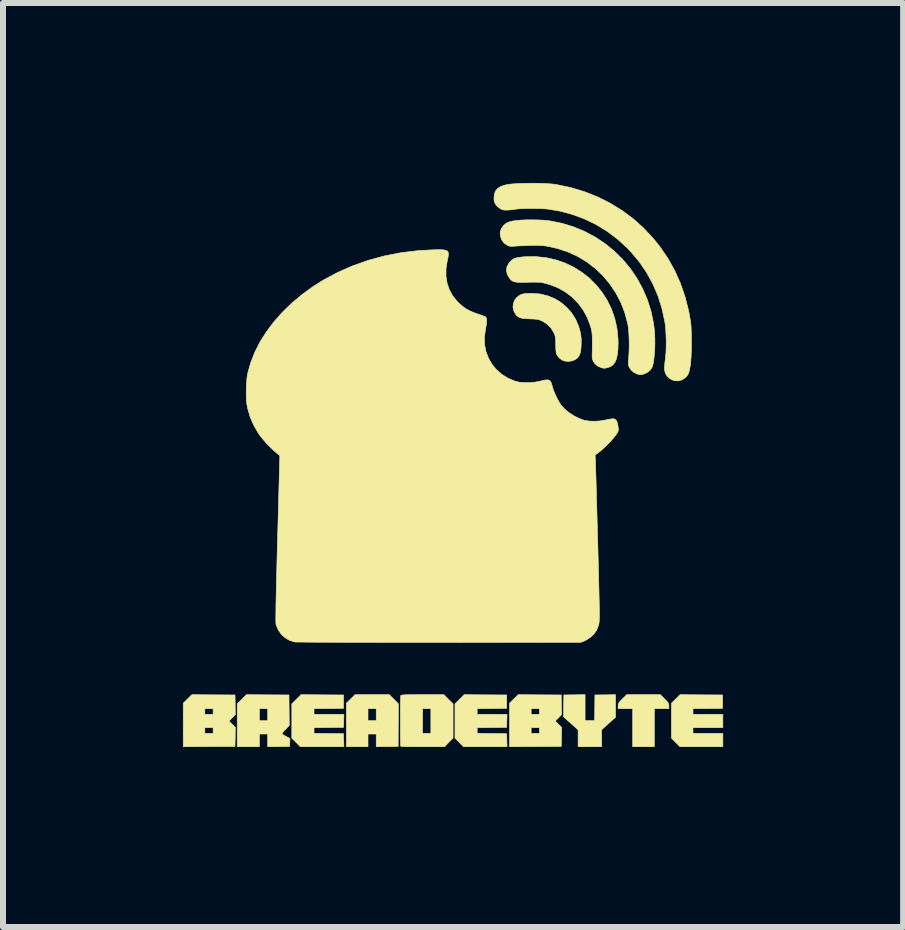
<source format=kicad_pcb>
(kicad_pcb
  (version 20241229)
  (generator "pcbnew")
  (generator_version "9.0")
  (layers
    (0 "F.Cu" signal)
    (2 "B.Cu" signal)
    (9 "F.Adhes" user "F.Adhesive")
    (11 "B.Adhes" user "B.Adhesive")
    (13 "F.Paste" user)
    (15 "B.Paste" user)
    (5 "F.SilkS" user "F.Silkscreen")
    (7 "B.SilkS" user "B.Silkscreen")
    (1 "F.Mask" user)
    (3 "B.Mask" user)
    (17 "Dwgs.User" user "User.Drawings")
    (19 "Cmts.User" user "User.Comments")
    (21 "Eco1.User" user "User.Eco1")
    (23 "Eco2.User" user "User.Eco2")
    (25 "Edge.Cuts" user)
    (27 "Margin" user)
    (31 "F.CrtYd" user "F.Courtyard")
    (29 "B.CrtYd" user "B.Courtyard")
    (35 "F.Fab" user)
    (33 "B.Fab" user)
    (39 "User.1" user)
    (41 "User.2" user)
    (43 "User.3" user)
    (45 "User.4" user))
  (footprint "logo"
    (layer "F.Cu")
    (at 4.503 4.7)
    (property "Reference" "logo" (at 0 0 0) (layer "F.SilkS") (effects (font (size 1.27 1.27) (thickness 0.15))))
    (attr through_hole)
    (fp_poly (pts (xy 2.709 4.019) (xy 2.709 4.207) (xy 2.593 4.311) (xy 2.477 4.416) (xy 2.477 4.699) (xy 2.085 4.699) (xy 2.085 4.418) (xy 1.963 4.308) (xy 1.841 4.199) (xy 1.844 4.018) (xy 1.847 3.836) (xy 2.201 3.831) (xy 2.201 4.265) (xy 2.36 4.265) (xy 2.363 4.051) (xy 2.365 3.836) (xy 2.537 3.834) (xy 2.709 3.831) (xy 2.709 4.019)) (stroke (width 0.01) (type solid)) (fill yes) (layer "F.SilkS"))
    (fp_poly (pts (xy 4.138 3.834) (xy 4.493 3.836) (xy 4.493 4.059) (xy 4.247 4.062) (xy 4 4.064) (xy 4 4.159) (xy 4.498 4.159) (xy 4.498 4.381) (xy 4 4.381) (xy 4 4.477) (xy 4.498 4.477) (xy 4.498 4.699) (xy 3.783 4.699) (xy 3.712 4.627) (xy 3.641 4.556) (xy 3.641 3.973) (xy 3.713 3.902) (xy 3.784 3.831) (xy 4.138 3.834)) (stroke (width 0.01) (type solid)) (fill yes) (layer "F.SilkS"))
    (fp_poly (pts (xy -2.18 3.834) (xy -1.826 3.836) (xy -1.826 4.059) (xy -2.072 4.062) (xy -2.318 4.064) (xy -2.318 4.159) (xy -1.82 4.159) (xy -1.826 4.376) (xy -2.072 4.379) (xy -2.318 4.382) (xy -2.318 4.476) (xy -2.072 4.479) (xy -1.826 4.482) (xy -1.823 4.591) (xy -1.82 4.699) (xy -2.546 4.699) (xy -2.617 4.627) (xy -2.688 4.556) (xy -2.688 3.984) (xy -2.534 3.831) (xy -2.18 3.834)) (stroke (width 0.01) (type solid)) (fill yes) (layer "F.SilkS"))
    (fp_poly (pts (xy 3.527 3.903) (xy 3.561 3.937) (xy 3.582 3.962) (xy 3.593 3.982) (xy 3.598 4.001) (xy 3.598 4.019) (xy 3.598 4.064) (xy 3.355 4.064) (xy 3.355 4.699) (xy 2.995 4.699) (xy 2.995 4.064) (xy 2.752 4.064) (xy 2.752 4.019) (xy 2.753 3.996) (xy 2.758 3.978) (xy 2.771 3.958) (xy 2.794 3.932) (xy 2.823 3.902) (xy 2.895 3.831) (xy 3.456 3.831) (xy 3.527 3.903)) (stroke (width 0.01) (type solid)) (fill yes) (layer "F.SilkS"))
    (fp_poly (pts (xy -0.986 3.908) (xy -0.91 3.985) (xy -0.913 4.34) (xy -0.915 4.694) (xy -1.098 4.697) (xy -1.281 4.699) (xy -1.281 4.487) (xy -1.418 4.487) (xy -1.418 4.699) (xy -1.778 4.699) (xy -1.778 4.064) (xy -1.418 4.064) (xy -1.418 4.265) (xy -1.281 4.265) (xy -1.281 4.064) (xy -1.418 4.064) (xy -1.778 4.064) (xy -1.778 3.973) (xy -1.706 3.902) (xy -1.635 3.831) (xy -1.063 3.831) (xy -0.986 3.908)) (stroke (width 0.01) (type solid)) (fill yes) (layer "F.SilkS"))
    (fp_poly (pts (xy 0.54 3.834) (xy 0.894 3.836) (xy 0.894 4.059) (xy 0.648 4.062) (xy 0.402 4.064) (xy 0.402 4.159) (xy 0.9 4.159) (xy 0.894 4.376) (xy 0.648 4.379) (xy 0.402 4.382) (xy 0.402 4.476) (xy 0.648 4.479) (xy 0.894 4.482) (xy 0.897 4.591) (xy 0.9 4.699) (xy 0.174 4.699) (xy 0.103 4.627) (xy 0.032 4.556) (xy 0.032 3.984) (xy 0.109 3.907) (xy 0.186 3.831) (xy 0.54 3.834)) (stroke (width 0.01) (type solid)) (fill yes) (layer "F.SilkS"))
    (fp_poly (pts (xy -3.995 3.834) (xy -3.635 3.836) (xy -3.632 4) (xy -3.63 4.163) (xy -3.683 4.217) (xy -3.736 4.271) (xy -3.683 4.324) (xy -3.63 4.376) (xy -3.632 4.535) (xy -3.635 4.694) (xy -4.067 4.696) (xy -4.498 4.699) (xy -4.498 4.381) (xy -4.138 4.381) (xy -4.138 4.477) (xy -4 4.477) (xy -4 4.381) (xy -4.138 4.381) (xy -4.498 4.381) (xy -4.498 4.064) (xy -4.138 4.064) (xy -4.138 4.159) (xy -4 4.159) (xy -4 4.064) (xy -4.138 4.064) (xy -4.498 4.064) (xy -4.498 3.973) (xy -4.426 3.902) (xy -4.354 3.831) (xy -3.995 3.834)) (stroke (width 0.01) (type solid)) (fill yes) (layer "F.SilkS"))
    (fp_poly (pts (xy 1.445 3.834) (xy 1.804 3.836) (xy 1.807 4) (xy 1.81 4.163) (xy 1.757 4.217) (xy 1.704 4.271) (xy 1.757 4.324) (xy 1.81 4.376) (xy 1.807 4.535) (xy 1.804 4.694) (xy 1.373 4.696) (xy 0.942 4.699) (xy 0.942 4.381) (xy 1.302 4.381) (xy 1.302 4.477) (xy 1.439 4.477) (xy 1.439 4.381) (xy 1.302 4.381) (xy 0.942 4.381) (xy 0.942 4.064) (xy 1.302 4.064) (xy 1.302 4.159) (xy 1.439 4.159) (xy 1.439 4.064) (xy 1.302 4.064) (xy 0.942 4.064) (xy 0.942 3.973) (xy 1.014 3.902) (xy 1.086 3.831) (xy 1.445 3.834)) (stroke (width 0.01) (type solid)) (fill yes) (layer "F.SilkS"))
    (fp_poly (pts (xy -3.09 3.834) (xy -2.736 3.836) (xy -2.73 4.343) (xy -2.776 4.392) (xy -2.813 4.43) (xy -2.836 4.457) (xy -2.847 4.475) (xy -2.844 4.489) (xy -2.83 4.501) (xy -2.803 4.516) (xy -2.789 4.524) (xy -2.719 4.563) (xy -2.722 4.628) (xy -2.725 4.694) (xy -2.908 4.697) (xy -3.09 4.699) (xy -3.09 4.487) (xy -3.228 4.487) (xy -3.228 4.699) (xy -3.598 4.699) (xy -3.598 4.064) (xy -3.228 4.064) (xy -3.228 4.265) (xy -3.09 4.265) (xy -3.09 4.064) (xy -3.228 4.064) (xy -3.598 4.064) (xy -3.598 3.984) (xy -3.521 3.907) (xy -3.444 3.831) (xy -3.09 3.834)) (stroke (width 0.01) (type solid)) (fill yes) (layer "F.SilkS"))
    (fp_poly (pts (xy 0 3.985) (xy 0 4.553) (xy -0.071 4.626) (xy -0.141 4.699) (xy -0.503 4.699) (xy -0.588 4.699) (xy -0.667 4.698) (xy -0.736 4.697) (xy -0.794 4.696) (xy -0.837 4.695) (xy -0.864 4.693) (xy -0.871 4.692) (xy -0.873 4.68) (xy -0.874 4.65) (xy -0.876 4.604) (xy -0.877 4.545) (xy -0.877 4.477) (xy -0.878 4.401) (xy -0.878 4.32) (xy -0.878 4.238) (xy -0.878 4.157) (xy -0.878 4.08) (xy -0.878 4.064) (xy -0.508 4.064) (xy -0.508 4.477) (xy -0.37 4.477) (xy -0.37 4.064) (xy -0.508 4.064) (xy -0.878 4.064) (xy -0.877 4.009) (xy -0.876 3.948) (xy -0.875 3.899) (xy -0.874 3.865) (xy -0.872 3.848) (xy -0.872 3.848) (xy -0.868 3.843) (xy -0.86 3.84) (xy -0.844 3.837) (xy -0.82 3.835) (xy -0.784 3.833) (xy -0.735 3.832) (xy -0.67 3.832) (xy -0.589 3.831) (xy -0.509 3.831) (xy -0.153 3.831) (xy 0 3.985)) (stroke (width 0.01) (type solid)) (fill yes) (layer "F.SilkS"))
    (fp_poly (pts (xy 1.45 -2.849) (xy 1.576 -2.819) (xy 1.693 -2.772) (xy 1.799 -2.707) (xy 1.894 -2.627) (xy 1.976 -2.533) (xy 2.044 -2.426) (xy 2.095 -2.306) (xy 2.117 -2.227) (xy 2.128 -2.178) (xy 2.134 -2.132) (xy 2.137 -2.084) (xy 2.136 -2.024) (xy 2.136 -2.006) (xy 2.132 -1.938) (xy 2.125 -1.886) (xy 2.114 -1.847) (xy 2.098 -1.814) (xy 2.076 -1.785) (xy 2.036 -1.754) (xy 1.983 -1.734) (xy 1.925 -1.725) (xy 1.867 -1.73) (xy 1.818 -1.747) (xy 1.777 -1.777) (xy 1.742 -1.817) (xy 1.721 -1.86) (xy 1.72 -1.865) (xy 1.717 -1.887) (xy 1.714 -1.925) (xy 1.712 -1.972) (xy 1.711 -2.019) (xy 1.71 -2.075) (xy 1.707 -2.115) (xy 1.702 -2.146) (xy 1.694 -2.172) (xy 1.682 -2.2) (xy 1.682 -2.201) (xy 1.633 -2.281) (xy 1.569 -2.346) (xy 1.495 -2.394) (xy 1.465 -2.408) (xy 1.439 -2.418) (xy 1.412 -2.425) (xy 1.379 -2.429) (xy 1.335 -2.432) (xy 1.281 -2.434) (xy 1.211 -2.438) (xy 1.159 -2.443) (xy 1.12 -2.452) (xy 1.09 -2.466) (xy 1.066 -2.485) (xy 1.043 -2.511) (xy 1.043 -2.512) (xy 1.011 -2.57) (xy 0.999 -2.631) (xy 1.006 -2.693) (xy 1.031 -2.752) (xy 1.062 -2.79) (xy 1.094 -2.817) (xy 1.128 -2.837) (xy 1.17 -2.85) (xy 1.223 -2.857) (xy 1.291 -2.859) (xy 1.318 -2.859) (xy 1.45 -2.849)) (stroke (width 0.01) (type solid)) (fill yes) (layer "F.SilkS"))
    (fp_poly (pts (xy 1.547 -3.455) (xy 1.71 -3.419) (xy 1.865 -3.366) (xy 2.011 -3.296) (xy 2.147 -3.211) (xy 2.273 -3.112) (xy 2.386 -2.999) (xy 2.487 -2.874) (xy 2.573 -2.738) (xy 2.643 -2.592) (xy 2.697 -2.437) (xy 2.733 -2.273) (xy 2.75 -2.103) (xy 2.752 -2.039) (xy 2.749 -1.931) (xy 2.74 -1.842) (xy 2.724 -1.77) (xy 2.701 -1.714) (xy 2.67 -1.671) (xy 2.63 -1.641) (xy 2.58 -1.622) (xy 2.572 -1.62) (xy 2.542 -1.614) (xy 2.523 -1.61) (xy 2.519 -1.61) (xy 2.506 -1.613) (xy 2.481 -1.618) (xy 2.472 -1.621) (xy 2.415 -1.644) (xy 2.367 -1.684) (xy 2.338 -1.727) (xy 2.325 -1.76) (xy 2.319 -1.795) (xy 2.319 -1.84) (xy 2.321 -1.877) (xy 2.321 -1.929) (xy 2.322 -1.99) (xy 2.322 -2.052) (xy 2.322 -2.064) (xy 2.321 -2.129) (xy 2.318 -2.178) (xy 2.314 -2.219) (xy 2.307 -2.256) (xy 2.297 -2.295) (xy 2.292 -2.312) (xy 2.239 -2.453) (xy 2.17 -2.581) (xy 2.084 -2.696) (xy 1.984 -2.798) (xy 1.87 -2.884) (xy 1.743 -2.955) (xy 1.605 -3.008) (xy 1.487 -3.038) (xy 1.443 -3.044) (xy 1.381 -3.046) (xy 1.3 -3.046) (xy 1.238 -3.044) (xy 1.158 -3.042) (xy 1.096 -3.043) (xy 1.048 -3.047) (xy 1.012 -3.056) (xy 0.984 -3.069) (xy 0.961 -3.088) (xy 0.94 -3.113) (xy 0.905 -3.174) (xy 0.891 -3.236) (xy 0.897 -3.297) (xy 0.925 -3.355) (xy 0.957 -3.393) (xy 0.984 -3.418) (xy 1.013 -3.436) (xy 1.048 -3.449) (xy 1.093 -3.458) (xy 1.153 -3.466) (xy 1.204 -3.47) (xy 1.378 -3.472) (xy 1.547 -3.455)) (stroke (width 0.01) (type solid)) (fill yes) (layer "F.SilkS"))
    (fp_poly (pts (xy 1.419 -4.083) (xy 1.51 -4.079) (xy 1.588 -4.071) (xy 1.605 -4.069) (xy 1.809 -4.029) (xy 2.005 -3.97) (xy 2.191 -3.893) (xy 2.368 -3.799) (xy 2.533 -3.689) (xy 2.686 -3.565) (xy 2.827 -3.427) (xy 2.953 -3.275) (xy 3.065 -3.112) (xy 3.16 -2.938) (xy 3.239 -2.755) (xy 3.3 -2.562) (xy 3.342 -2.361) (xy 3.354 -2.27) (xy 3.361 -2.191) (xy 3.364 -2.106) (xy 3.365 -2.016) (xy 3.362 -1.927) (xy 3.356 -1.841) (xy 3.348 -1.764) (xy 3.338 -1.697) (xy 3.325 -1.646) (xy 3.317 -1.624) (xy 3.285 -1.578) (xy 3.239 -1.54) (xy 3.185 -1.516) (xy 3.18 -1.514) (xy 3.145 -1.506) (xy 3.119 -1.505) (xy 3.092 -1.509) (xy 3.069 -1.515) (xy 3.013 -1.542) (xy 2.966 -1.584) (xy 2.941 -1.622) (xy 2.931 -1.644) (xy 2.925 -1.664) (xy 2.922 -1.688) (xy 2.923 -1.722) (xy 2.927 -1.771) (xy 2.928 -1.778) (xy 2.934 -1.877) (xy 2.937 -1.981) (xy 2.936 -2.084) (xy 2.932 -2.182) (xy 2.925 -2.269) (xy 2.915 -2.341) (xy 2.912 -2.356) (xy 2.863 -2.537) (xy 2.797 -2.708) (xy 2.713 -2.868) (xy 2.613 -3.017) (xy 2.499 -3.153) (xy 2.37 -3.276) (xy 2.229 -3.384) (xy 2.076 -3.476) (xy 1.912 -3.551) (xy 1.738 -3.608) (xy 1.582 -3.643) (xy 1.53 -3.651) (xy 1.483 -3.656) (xy 1.436 -3.659) (xy 1.384 -3.66) (xy 1.321 -3.659) (xy 1.27 -3.658) (xy 1.204 -3.655) (xy 1.139 -3.652) (xy 1.081 -3.65) (xy 1.036 -3.647) (xy 1.016 -3.645) (xy 0.974 -3.643) (xy 0.943 -3.646) (xy 0.915 -3.656) (xy 0.9 -3.664) (xy 0.847 -3.702) (xy 0.809 -3.755) (xy 0.789 -3.817) (xy 0.787 -3.832) (xy 0.785 -3.868) (xy 0.79 -3.898) (xy 0.803 -3.931) (xy 0.812 -3.948) (xy 0.842 -3.991) (xy 0.881 -4.025) (xy 0.932 -4.049) (xy 0.999 -4.066) (xy 1.057 -4.074) (xy 1.135 -4.081) (xy 1.225 -4.085) (xy 1.322 -4.085) (xy 1.419 -4.083)) (stroke (width 0.01) (type solid)) (fill yes) (layer "F.SilkS"))
    (fp_poly (pts (xy 1.428 -4.694) (xy 1.522 -4.691) (xy 1.607 -4.686) (xy 1.678 -4.68) (xy 1.718 -4.674) (xy 1.959 -4.624) (xy 2.19 -4.555) (xy 2.411 -4.467) (xy 2.621 -4.362) (xy 2.82 -4.239) (xy 3.007 -4.1) (xy 3.181 -3.943) (xy 3.342 -3.77) (xy 3.45 -3.635) (xy 3.582 -3.442) (xy 3.696 -3.238) (xy 3.792 -3.023) (xy 3.869 -2.798) (xy 3.929 -2.561) (xy 3.96 -2.387) (xy 3.966 -2.33) (xy 3.97 -2.257) (xy 3.973 -2.171) (xy 3.974 -2.079) (xy 3.974 -1.984) (xy 3.972 -1.89) (xy 3.968 -1.803) (xy 3.963 -1.727) (xy 3.956 -1.667) (xy 3.955 -1.658) (xy 3.944 -1.595) (xy 3.933 -1.548) (xy 3.919 -1.513) (xy 3.902 -1.485) (xy 3.878 -1.46) (xy 3.869 -1.452) (xy 3.814 -1.416) (xy 3.754 -1.4) (xy 3.689 -1.405) (xy 3.672 -1.409) (xy 3.615 -1.436) (xy 3.57 -1.478) (xy 3.538 -1.531) (xy 3.525 -1.591) (xy 3.524 -1.604) (xy 3.526 -1.634) (xy 3.529 -1.679) (xy 3.535 -1.732) (xy 3.541 -1.781) (xy 3.549 -1.861) (xy 3.553 -1.956) (xy 3.554 -2.058) (xy 3.551 -2.161) (xy 3.545 -2.26) (xy 3.536 -2.348) (xy 3.53 -2.388) (xy 3.483 -2.606) (xy 3.417 -2.815) (xy 3.332 -3.014) (xy 3.229 -3.203) (xy 3.108 -3.381) (xy 2.968 -3.548) (xy 2.9 -3.62) (xy 2.738 -3.767) (xy 2.564 -3.897) (xy 2.38 -4.009) (xy 2.186 -4.102) (xy 1.983 -4.177) (xy 1.773 -4.232) (xy 1.577 -4.265) (xy 1.524 -4.269) (xy 1.457 -4.273) (xy 1.38 -4.274) (xy 1.3 -4.275) (xy 1.222 -4.274) (xy 1.15 -4.272) (xy 1.091 -4.268) (xy 1.064 -4.265) (xy 0.988 -4.255) (xy 0.93 -4.249) (xy 0.885 -4.247) (xy 0.85 -4.249) (xy 0.822 -4.255) (xy 0.797 -4.265) (xy 0.794 -4.267) (xy 0.755 -4.294) (xy 0.72 -4.329) (xy 0.715 -4.337) (xy 0.696 -4.368) (xy 0.686 -4.397) (xy 0.683 -4.434) (xy 0.683 -4.448) (xy 0.689 -4.514) (xy 0.709 -4.567) (xy 0.744 -4.609) (xy 0.795 -4.641) (xy 0.865 -4.664) (xy 0.915 -4.675) (xy 0.973 -4.682) (xy 1.048 -4.688) (xy 1.135 -4.692) (xy 1.23 -4.694) (xy 1.329 -4.695) (xy 1.428 -4.694)) (stroke (width 0.01) (type solid)) (fill yes) (layer "F.SilkS"))
    (fp_poly (pts (xy -0.15 -3.583) (xy -0.113 -3.575) (xy -0.09 -3.56) (xy -0.079 -3.538) (xy -0.077 -3.506) (xy -0.083 -3.464) (xy -0.095 -3.411) (xy -0.096 -3.404) (xy -0.117 -3.274) (xy -0.118 -3.149) (xy -0.1 -3.031) (xy -0.062 -2.92) (xy -0.006 -2.818) (xy 0.07 -2.724) (xy 0.084 -2.71) (xy 0.144 -2.655) (xy 0.201 -2.611) (xy 0.264 -2.575) (xy 0.336 -2.543) (xy 0.411 -2.516) (xy 0.459 -2.5) (xy 0.501 -2.484) (xy 0.532 -2.472) (xy 0.547 -2.464) (xy 0.557 -2.443) (xy 0.56 -2.403) (xy 0.556 -2.347) (xy 0.544 -2.275) (xy 0.539 -2.248) (xy 0.522 -2.124) (xy 0.526 -2.003) (xy 0.549 -1.887) (xy 0.591 -1.778) (xy 0.649 -1.678) (xy 0.723 -1.587) (xy 0.813 -1.509) (xy 0.917 -1.444) (xy 1.032 -1.396) (xy 1.101 -1.379) (xy 1.183 -1.371) (xy 1.272 -1.371) (xy 1.362 -1.378) (xy 1.446 -1.394) (xy 1.45 -1.395) (xy 1.513 -1.41) (xy 1.56 -1.417) (xy 1.593 -1.415) (xy 1.617 -1.401) (xy 1.634 -1.374) (xy 1.648 -1.334) (xy 1.656 -1.302) (xy 1.674 -1.245) (xy 1.701 -1.18) (xy 1.733 -1.112) (xy 1.767 -1.049) (xy 1.799 -0.999) (xy 1.804 -0.992) (xy 1.861 -0.93) (xy 1.934 -0.87) (xy 2.017 -0.817) (xy 2.103 -0.773) (xy 2.188 -0.743) (xy 2.201 -0.74) (xy 2.276 -0.729) (xy 2.363 -0.727) (xy 2.456 -0.733) (xy 2.547 -0.749) (xy 2.554 -0.75) (xy 2.601 -0.76) (xy 2.642 -0.767) (xy 2.673 -0.769) (xy 2.683 -0.768) (xy 2.71 -0.754) (xy 2.731 -0.724) (xy 2.745 -0.678) (xy 2.751 -0.639) (xy 2.755 -0.6) (xy 2.755 -0.574) (xy 2.749 -0.553) (xy 2.734 -0.528) (xy 2.723 -0.511) (xy 2.688 -0.464) (xy 2.641 -0.409) (xy 2.586 -0.351) (xy 2.53 -0.295) (xy 2.477 -0.247) (xy 2.44 -0.217) (xy 2.369 -0.164) (xy 2.375 -0.005) (xy 2.377 0.026) (xy 2.378 0.078) (xy 2.38 0.147) (xy 2.383 0.233) (xy 2.386 0.333) (xy 2.389 0.447) (xy 2.392 0.573) (xy 2.396 0.709) (xy 2.4 0.854) (xy 2.404 1.006) (xy 2.408 1.164) (xy 2.413 1.325) (xy 2.414 1.373) (xy 2.419 1.561) (xy 2.423 1.728) (xy 2.427 1.877) (xy 2.43 2.008) (xy 2.433 2.122) (xy 2.435 2.222) (xy 2.437 2.307) (xy 2.438 2.38) (xy 2.439 2.441) (xy 2.439 2.492) (xy 2.439 2.534) (xy 2.438 2.567) (xy 2.437 2.594) (xy 2.436 2.615) (xy 2.434 2.632) (xy 2.432 2.645) (xy 2.43 2.657) (xy 2.429 2.659) (xy 2.415 2.702) (xy 2.398 2.745) (xy 2.386 2.769) (xy 2.348 2.82) (xy 2.296 2.869) (xy 2.238 2.91) (xy 2.193 2.934) (xy 2.133 2.958) (xy -0.233 2.96) (xy -0.462 2.96) (xy -0.684 2.96) (xy -0.9 2.96) (xy -1.107 2.96) (xy -1.305 2.959) (xy -1.494 2.959) (xy -1.671 2.959) (xy -1.837 2.958) (xy -1.99 2.958) (xy -2.129 2.957) (xy -2.254 2.957) (xy -2.363 2.956) (xy -2.456 2.955) (xy -2.531 2.954) (xy -2.589 2.954) (xy -2.627 2.953) (xy -2.645 2.952) (xy -2.645 2.952) (xy -2.728 2.925) (xy -2.802 2.881) (xy -2.866 2.822) (xy -2.915 2.751) (xy -2.948 2.671) (xy -2.952 2.655) (xy -2.954 2.639) (xy -2.954 2.607) (xy -2.955 2.559) (xy -2.954 2.493) (xy -2.953 2.41) (xy -2.952 2.309) (xy -2.949 2.19) (xy -2.946 2.052) (xy -2.943 1.895) (xy -2.938 1.718) (xy -2.933 1.521) (xy -2.927 1.303) (xy -2.925 1.228) (xy -2.888 -0.153) (xy -2.939 -0.195) (xy -2.994 -0.243) (xy -3.054 -0.301) (xy -3.115 -0.365) (xy -3.171 -0.429) (xy -3.218 -0.487) (xy -3.243 -0.522) (xy -3.321 -0.657) (xy -3.383 -0.799) (xy -3.425 -0.945) (xy -3.44 -1.025) (xy -3.446 -1.083) (xy -3.448 -1.155) (xy -3.448 -1.236) (xy -3.445 -1.319) (xy -3.44 -1.4) (xy -3.433 -1.47) (xy -3.424 -1.524) (xy -3.374 -1.702) (xy -3.305 -1.879) (xy -3.216 -2.053) (xy -3.109 -2.223) (xy -2.984 -2.388) (xy -2.843 -2.547) (xy -2.687 -2.698) (xy -2.516 -2.841) (xy -2.331 -2.975) (xy -2.166 -3.079) (xy -1.925 -3.208) (xy -1.675 -3.318) (xy -1.415 -3.41) (xy -1.147 -3.483) (xy -0.871 -3.537) (xy -0.586 -3.571) (xy -0.359 -3.584) (xy -0.27 -3.587) (xy -0.201 -3.587) (xy -0.15 -3.583)) (stroke (width 0.01) (type solid)) (fill yes) (layer "F.SilkS")))
  (gr_rect
    (start -3 -3)
    (end 12.006 12.404)
    (stroke (width 0.1) (type default))
    (fill no)
    (layer "Edge.Cuts")))
</source>
